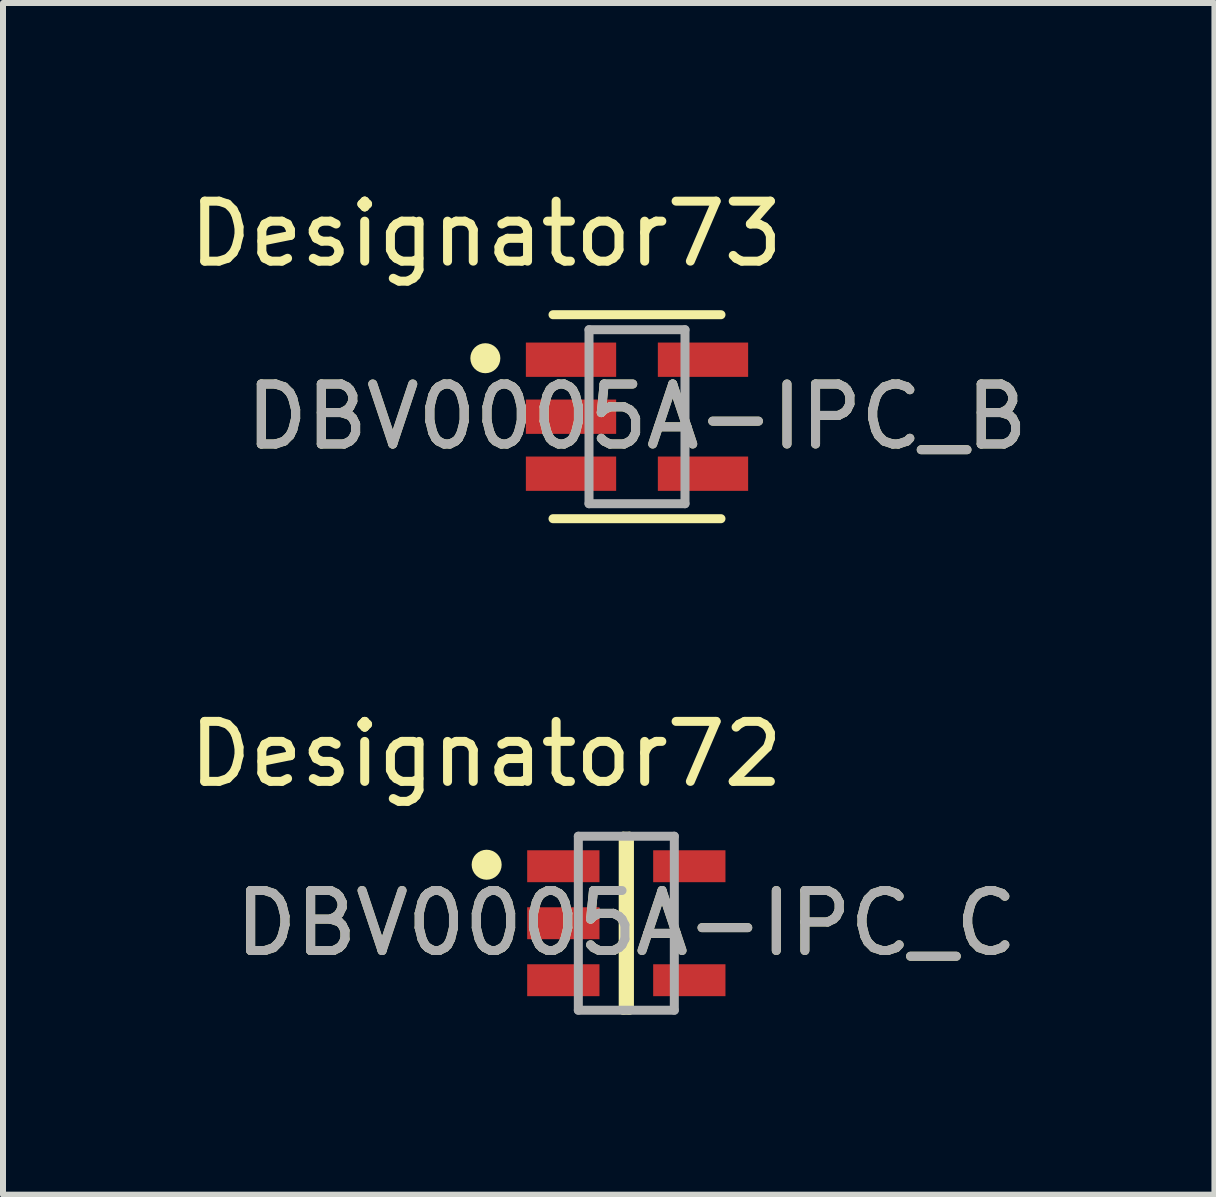
<source format=kicad_pcb>
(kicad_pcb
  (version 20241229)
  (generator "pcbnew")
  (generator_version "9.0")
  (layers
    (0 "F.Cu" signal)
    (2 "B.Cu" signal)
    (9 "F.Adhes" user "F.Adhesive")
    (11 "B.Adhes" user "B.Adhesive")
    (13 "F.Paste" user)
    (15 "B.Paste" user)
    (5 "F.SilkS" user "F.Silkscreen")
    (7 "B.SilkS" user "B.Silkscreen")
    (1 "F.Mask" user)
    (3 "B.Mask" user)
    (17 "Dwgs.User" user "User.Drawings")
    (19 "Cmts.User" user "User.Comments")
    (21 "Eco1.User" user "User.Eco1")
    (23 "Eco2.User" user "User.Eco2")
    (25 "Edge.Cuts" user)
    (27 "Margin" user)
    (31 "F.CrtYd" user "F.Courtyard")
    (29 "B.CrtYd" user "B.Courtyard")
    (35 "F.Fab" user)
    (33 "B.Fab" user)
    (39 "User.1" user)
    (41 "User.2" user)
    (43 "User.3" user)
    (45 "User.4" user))
  (footprint "DBV0005A-IPC_C"
    (layer "F.Cu")
    (at 7.39 12.339)
    (property "Reference" "DBV0005A-IPC_C" (at 0 0 0) (unlocked yes) (layer "F.SilkS") (effects (font (size 1 1) (thickness 0.15))))
    (attr smd)
    (fp_line (start -0.052 -1.45) (end 0.052 -1.45) (stroke (width 0.15) (type solid)) (layer "F.SilkS"))
    (fp_line (start -0.052 1.45) (end -0.052 -1.45) (stroke (width 0.15) (type solid)) (layer "F.SilkS"))
    (fp_line (start -0.052 1.45) (end 0.052 1.45) (stroke (width 0.15) (type solid)) (layer "F.SilkS"))
    (fp_line (start 0.052 1.45) (end 0.052 -1.45) (stroke (width 0.15) (type solid)) (layer "F.SilkS"))
    (fp_circle (center -2.328 -0.975) (end -2.203 -0.975) (stroke (width 0.25) (type solid)) (fill no) (layer "F.SilkS"))
    (fp_line (start -0.8 -1.45) (end 0.8 -1.45) (stroke (width 0.15) (type solid)) (layer "F.Fab"))
    (fp_line (start -0.8 1.45) (end -0.8 -1.45) (stroke (width 0.15) (type solid)) (layer "F.Fab"))
    (fp_line (start -0.8 1.45) (end 0.8 1.45) (stroke (width 0.15) (type solid)) (layer "F.Fab"))
    (fp_line (start 0.8 1.45) (end 0.8 -1.45) (stroke (width 0.15) (type solid)) (layer "F.Fab"))
    (fp_text user "Designator72" (at -2.337 -2.819 0) (unlocked yes) (layer "F.SilkS") (effects (font (size 1 1) (thickness 0.15))))
    (fp_text user "${REFERENCE}" (at 0 0 0) (unlocked yes) (layer "F.Fab") (effects (font (size 1 1) (thickness 0.15))))
    (pad "1" smd rect (at -1.05 -0.95) (size 1.205 0.532) (layers "F.Cu" "F.Mask" "F.Paste"))
    (pad "2" smd rect (at -1.05 0) (size 1.205 0.532) (layers "F.Cu" "F.Mask" "F.Paste"))
    (pad "3" smd rect (at -1.05 0.95) (size 1.205 0.532) (layers "F.Cu" "F.Mask" "F.Paste"))
    (pad "4" smd rect (at 1.05 0.95) (size 1.205 0.532) (layers "F.Cu" "F.Mask" "F.Paste"))
    (pad "5" smd rect (at 1.05 -0.95) (size 1.205 0.532) (layers "F.Cu" "F.Mask" "F.Paste")))
  (footprint "DBV0005A-IPC_B"
    (layer "F.Cu")
    (at 7.568 3.896)
    (property "Reference" "DBV0005A-IPC_B" (at 0 0 0) (unlocked yes) (layer "F.SilkS") (effects (font (size 1 1) (thickness 0.15))))
    (attr smd)
    (fp_line (start -1.4 -1.7) (end 1.4 -1.7) (stroke (width 0.15) (type solid)) (layer "F.SilkS"))
    (fp_line (start -1.4 1.7) (end 1.4 1.7) (stroke (width 0.15) (type solid)) (layer "F.SilkS"))
    (fp_circle (center -2.528 -0.975) (end -2.403 -0.975) (stroke (width 0.25) (type solid)) (fill no) (layer "F.SilkS"))
    (fp_line (start -0.8 -1.45) (end 0.8 -1.45) (stroke (width 0.15) (type solid)) (layer "F.Fab"))
    (fp_line (start -0.8 1.45) (end -0.8 -1.45) (stroke (width 0.15) (type solid)) (layer "F.Fab"))
    (fp_line (start -0.8 1.45) (end 0.8 1.45) (stroke (width 0.15) (type solid)) (layer "F.Fab"))
    (fp_line (start 0.8 1.45) (end 0.8 -1.45) (stroke (width 0.15) (type solid)) (layer "F.Fab"))
    (fp_text user "Designator73" (at -2.515 -3.048 0) (unlocked yes) (layer "F.SilkS") (effects (font (size 1 1) (thickness 0.15))))
    (fp_text user "${REFERENCE}" (at 0 0 0) (unlocked yes) (layer "F.Fab") (effects (font (size 1 1) (thickness 0.15))))
    (pad "1" smd rect (at -1.1 -0.95) (size 1.505 0.572) (layers "F.Cu" "F.Mask" "F.Paste"))
    (pad "2" smd rect (at -1.1 0) (size 1.505 0.572) (layers "F.Cu" "F.Mask" "F.Paste"))
    (pad "3" smd rect (at -1.1 0.95) (size 1.505 0.572) (layers "F.Cu" "F.Mask" "F.Paste"))
    (pad "4" smd rect (at 1.1 0.95) (size 1.505 0.572) (layers "F.Cu" "F.Mask" "F.Paste"))
    (pad "5" smd rect (at 1.1 -0.95) (size 1.505 0.572) (layers "F.Cu" "F.Mask" "F.Paste")))
  (gr_rect
    (start -3 -3)
    (end 17.193 16.864)
    (stroke (width 0.1) (type default))
    (fill no)
    (layer "Edge.Cuts")))
</source>
